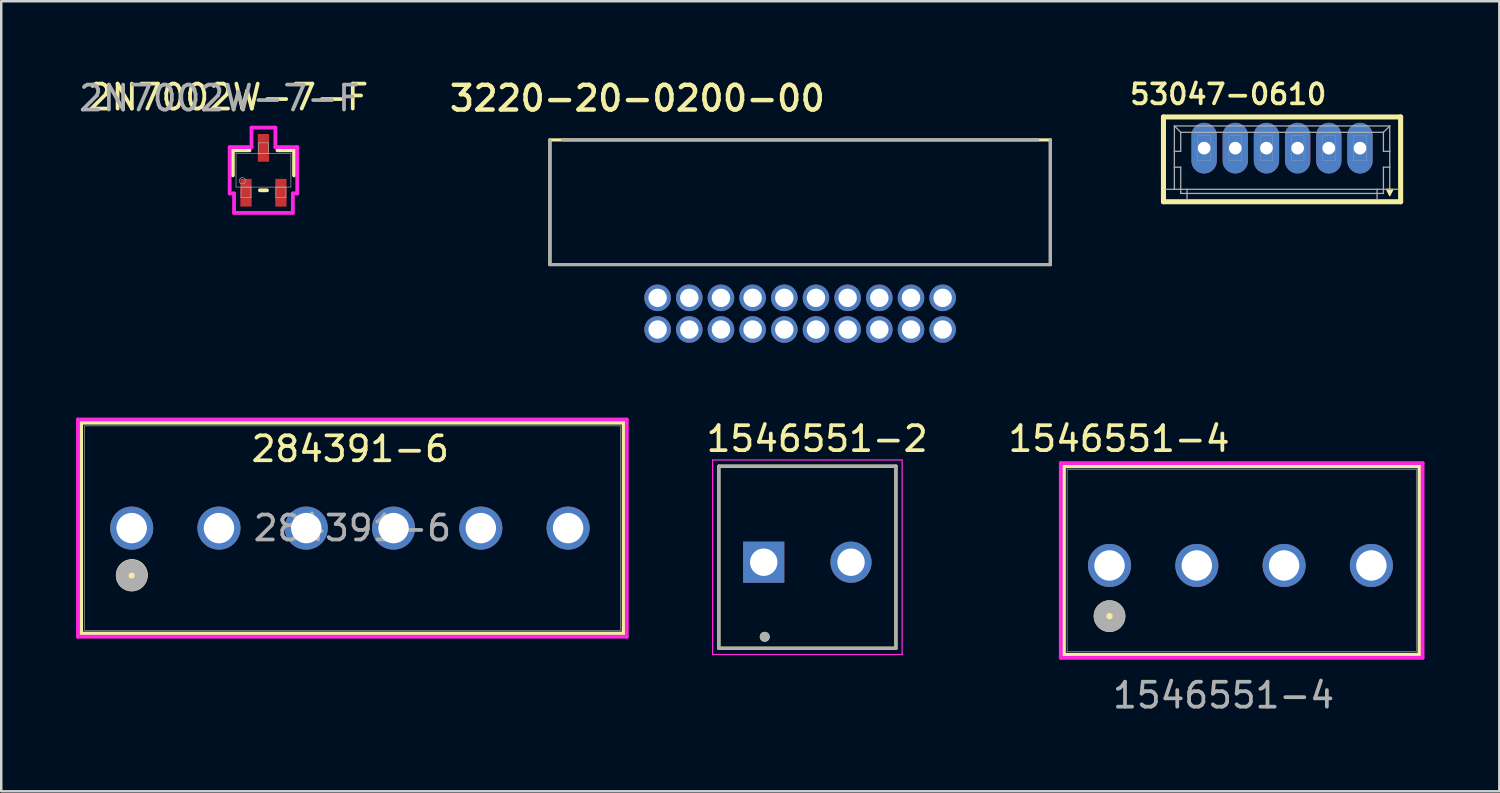
<source format=kicad_pcb>
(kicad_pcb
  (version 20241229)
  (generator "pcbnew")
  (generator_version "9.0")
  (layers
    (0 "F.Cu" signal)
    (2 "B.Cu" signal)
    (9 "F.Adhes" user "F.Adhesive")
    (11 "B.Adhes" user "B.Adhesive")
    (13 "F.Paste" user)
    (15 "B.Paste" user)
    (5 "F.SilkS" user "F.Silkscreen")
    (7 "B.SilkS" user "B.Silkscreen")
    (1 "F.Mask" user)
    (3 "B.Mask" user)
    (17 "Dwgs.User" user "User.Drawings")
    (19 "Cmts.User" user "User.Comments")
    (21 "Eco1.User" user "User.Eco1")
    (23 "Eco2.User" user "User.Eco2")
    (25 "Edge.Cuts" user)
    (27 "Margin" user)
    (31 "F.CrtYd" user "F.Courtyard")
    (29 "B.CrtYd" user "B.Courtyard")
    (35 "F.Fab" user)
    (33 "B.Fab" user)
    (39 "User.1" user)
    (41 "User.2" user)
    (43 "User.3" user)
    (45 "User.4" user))
  (footprint "284391-6"
    (layer "F.Cu")
    (at 2.23 18.126)
    (property "Reference" "284391-6" (at 8.763 -3.175 0) (unlocked yes) (layer "F.SilkS") (effects (font (size 1 1) (thickness 0.15))))
    (attr through_hole)
    (fp_line (start -2.027 -4.227) (end -2.027 4.227) (stroke (width 0.152) (type solid)) (layer "F.SilkS"))
    (fp_line (start -2.027 4.227) (end 19.727 4.227) (stroke (width 0.152) (type solid)) (layer "F.SilkS"))
    (fp_line (start 19.727 -4.227) (end -2.027 -4.227) (stroke (width 0.152) (type solid)) (layer "F.SilkS"))
    (fp_line (start 19.727 4.227) (end 19.727 -4.227) (stroke (width 0.152) (type solid)) (layer "F.SilkS"))
    (fp_circle (center 0.01 1.88) (end 0.391 1.88) (stroke (width 0.508) (type solid)) (fill yes) (layer "F.SilkS"))
    (fp_circle (center 0 1.9) (end 0.381 1.9) (stroke (width 0.508) (type solid)) (fill no) (layer "B.SilkS"))
    (fp_line (start -2.154 -4.354) (end -2.154 4.354) (stroke (width 0.152) (type solid)) (layer "F.CrtYd"))
    (fp_line (start -2.154 4.354) (end 19.854 4.354) (stroke (width 0.152) (type solid)) (layer "F.CrtYd"))
    (fp_line (start 19.854 -4.354) (end -2.154 -4.354) (stroke (width 0.152) (type solid)) (layer "F.CrtYd"))
    (fp_line (start 19.854 4.354) (end 19.854 -4.354) (stroke (width 0.152) (type solid)) (layer "F.CrtYd"))
    (fp_line (start -1.9 -4.1) (end -1.9 4.1) (stroke (width 0.025) (type solid)) (layer "F.Fab"))
    (fp_line (start -1.9 4.1) (end 19.6 4.1) (stroke (width 0.025) (type solid)) (layer "F.Fab"))
    (fp_line (start 19.6 -4.1) (end -1.9 -4.1) (stroke (width 0.025) (type solid)) (layer "F.Fab"))
    (fp_line (start 19.6 4.1) (end 19.6 -4.1) (stroke (width 0.025) (type solid)) (layer "F.Fab"))
    (fp_circle (center 0 1.905) (end 0.381 1.905) (stroke (width 0.508) (type solid)) (fill no) (layer "F.Fab"))
    (fp_text user "${REFERENCE}" (at 8.85 0 0) (unlocked yes) (layer "F.Fab") (effects (font (size 1 1) (thickness 0.15))))
    (pad "1" thru_hole circle (at 0 0) (size 1.727 1.727) (drill 1.219) (layers "*.Cu" "*.Mask"))
    (pad "2" thru_hole circle (at 3.5 0) (size 1.727 1.727) (drill 1.219) (layers "*.Cu" "*.Mask"))
    (pad "3" thru_hole circle (at 7 0) (size 1.727 1.727) (drill 1.219) (layers "*.Cu" "*.Mask"))
    (pad "4" thru_hole circle (at 10.5 0) (size 1.727 1.727) (drill 1.219) (layers "*.Cu" "*.Mask"))
    (pad "5" thru_hole circle (at 14 0) (size 1.727 1.727) (drill 1.219) (layers "*.Cu" "*.Mask"))
    (pad "6" thru_hole circle (at 17.5 0) (size 1.727 1.727) (drill 1.219) (layers "*.Cu" "*.Mask")))
  (footprint "3220-20-0200-00"
    (layer "F.Cu")
    (at 29.034 8.893)
    (property "Reference" "3220-20-0200-00" (at -6.528 -8.001 0) (layer "F.SilkS") (effects (font (size 0.991 0.991) (thickness 0.178))))
    (attr through_hole)
    (fp_line (start -10.033 -6.334) (end 10.033 -6.334) (stroke (width 0.127) (type solid)) (layer "F.SilkS"))
    (fp_line (start -10.033 -1.334) (end -10.033 -6.334) (stroke (width 0.127) (type solid)) (layer "F.SilkS"))
    (fp_line (start 10.033 -6.334) (end 10.033 -1.334) (stroke (width 0.127) (type solid)) (layer "F.SilkS"))
    (fp_line (start 10.033 -1.334) (end -10.033 -1.334) (stroke (width 0.127) (type solid)) (layer "F.SilkS"))
    (fp_line (start -10.033 -1.334) (end -10.033 -6.334) (stroke (width 0.127) (type solid)) (layer "F.Fab"))
    (fp_line (start -9.525 -6.334) (end 9.525 -6.334) (stroke (width 0.127) (type solid)) (layer "F.Fab"))
    (fp_line (start 10.033 -6.334) (end 10.033 -1.334) (stroke (width 0.127) (type solid)) (layer "F.Fab"))
    (fp_line (start 10.033 -1.334) (end -10.033 -1.334) (stroke (width 0.127) (type solid)) (layer "F.Fab"))
    (pad "1" thru_hole circle (at -5.715 1.27) (size 1.067 1.067) (drill 0.737) (layers "*.Cu" "*.Mask"))
    (pad "2" thru_hole circle (at -5.715 0) (size 1.067 1.067) (drill 0.737) (layers "*.Cu" "*.Mask"))
    (pad "3" thru_hole circle (at -4.445 1.27) (size 1.067 1.067) (drill 0.737) (layers "*.Cu" "*.Mask"))
    (pad "4" thru_hole circle (at -4.445 0) (size 1.067 1.067) (drill 0.737) (layers "*.Cu" "*.Mask"))
    (pad "5" thru_hole circle (at -3.175 1.27) (size 1.067 1.067) (drill 0.737) (layers "*.Cu" "*.Mask"))
    (pad "6" thru_hole circle (at -3.175 0) (size 1.067 1.067) (drill 0.737) (layers "*.Cu" "*.Mask"))
    (pad "7" thru_hole circle (at -1.905 1.27) (size 1.067 1.067) (drill 0.737) (layers "*.Cu" "*.Mask"))
    (pad "8" thru_hole circle (at -1.905 0) (size 1.067 1.067) (drill 0.737) (layers "*.Cu" "*.Mask"))
    (pad "9" thru_hole circle (at -0.635 1.27) (size 1.067 1.067) (drill 0.737) (layers "*.Cu" "*.Mask"))
    (pad "10" thru_hole circle (at -0.635 0) (size 1.067 1.067) (drill 0.737) (layers "*.Cu" "*.Mask"))
    (pad "11" thru_hole circle (at 0.635 1.27) (size 1.067 1.067) (drill 0.737) (layers "*.Cu" "*.Mask"))
    (pad "12" thru_hole circle (at 0.635 0) (size 1.067 1.067) (drill 0.737) (layers "*.Cu" "*.Mask"))
    (pad "13" thru_hole circle (at 1.905 1.27) (size 1.067 1.067) (drill 0.737) (layers "*.Cu" "*.Mask"))
    (pad "14" thru_hole circle (at 1.905 0) (size 1.067 1.067) (drill 0.737) (layers "*.Cu" "*.Mask"))
    (pad "15" thru_hole circle (at 3.175 1.27) (size 1.067 1.067) (drill 0.737) (layers "*.Cu" "*.Mask"))
    (pad "16" thru_hole circle (at 3.175 0) (size 1.067 1.067) (drill 0.737) (layers "*.Cu" "*.Mask"))
    (pad "17" thru_hole circle (at 4.445 1.27) (size 1.067 1.067) (drill 0.737) (layers "*.Cu" "*.Mask"))
    (pad "18" thru_hole circle (at 4.445 0) (size 1.067 1.067) (drill 0.737) (layers "*.Cu" "*.Mask"))
    (pad "19" thru_hole circle (at 5.715 1.27) (size 1.067 1.067) (drill 0.737) (layers "*.Cu" "*.Mask"))
    (pad "20" thru_hole circle (at 5.715 0) (size 1.067 1.067) (drill 0.737) (layers "*.Cu" "*.Mask")))
  (footprint "1546551-2"
    (layer "F.Cu")
    (at 29.324 19.494)
    (property "Reference" "1546551-2" (at 0.39 -4.95 0) (layer "F.SilkS") (effects (font (size 1 1) (thickness 0.15))))
    (attr through_hole)
    (fp_line (start -3.55 -3.85) (end 3.55 -3.85) (stroke (width 0.127) (type solid)) (layer "F.SilkS"))
    (fp_line (start -3.55 3.45) (end -3.55 -3.85) (stroke (width 0.127) (type solid)) (layer "F.SilkS"))
    (fp_line (start 3.55 -3.85) (end 3.55 3.45) (stroke (width 0.127) (type solid)) (layer "F.SilkS"))
    (fp_line (start 3.55 3.45) (end -3.55 3.45) (stroke (width 0.127) (type solid)) (layer "F.SilkS"))
    (fp_circle (center -1.71 2.99) (end -1.61 2.99) (stroke (width 0.2) (type solid)) (fill no) (layer "F.SilkS"))
    (fp_line (start -3.8 -4.1) (end 3.8 -4.1) (stroke (width 0.05) (type solid)) (layer "F.CrtYd"))
    (fp_line (start -3.8 3.7) (end -3.8 -4.1) (stroke (width 0.05) (type solid)) (layer "F.CrtYd"))
    (fp_line (start 3.8 -4.1) (end 3.8 3.7) (stroke (width 0.05) (type solid)) (layer "F.CrtYd"))
    (fp_line (start 3.8 3.7) (end -3.8 3.7) (stroke (width 0.05) (type solid)) (layer "F.CrtYd"))
    (fp_line (start -3.55 -3.85) (end 3.55 -3.85) (stroke (width 0.127) (type solid)) (layer "F.Fab"))
    (fp_line (start -3.55 3.45) (end -3.55 -3.85) (stroke (width 0.127) (type solid)) (layer "F.Fab"))
    (fp_line (start 3.55 -3.85) (end 3.55 3.45) (stroke (width 0.127) (type solid)) (layer "F.Fab"))
    (fp_line (start 3.55 3.45) (end -3.55 3.45) (stroke (width 0.127) (type solid)) (layer "F.Fab"))
    (fp_circle (center -1.71 2.99) (end -1.61 2.99) (stroke (width 0.2) (type solid)) (fill no) (layer "F.Fab"))
    (pad "1" thru_hole rect (at -1.75 0) (size 1.65 1.65) (drill 1.1) (layers "*.Cu" "*.Mask"))
    (pad "2" thru_hole circle (at 1.75 0) (size 1.65 1.65) (drill 1.1) (layers "*.Cu" "*.Mask")))
  (footprint "53047-0610"
    (layer "F.Cu")
    (at 48.358 2.89)
    (property "Reference" "53047-0610" (at -2.159 -2.159 0) (layer "F.SilkS") (effects (font (size 0.8 0.8) (thickness 0.15))))
    (attr through_hole)
    (fp_line (start -4.755 -1.25) (end 4.755 -1.25) (stroke (width 0.203) (type solid)) (layer "F.SilkS"))
    (fp_line (start -4.755 2.15) (end -4.755 -1.25) (stroke (width 0.203) (type solid)) (layer "F.SilkS"))
    (fp_line (start 4.755 -1.25) (end 4.755 2.15) (stroke (width 0.203) (type solid)) (layer "F.SilkS"))
    (fp_line (start 4.755 2.15) (end -4.755 2.15) (stroke (width 0.203) (type solid)) (layer "F.SilkS"))
    (fp_poly (pts (xy 4.191 1.651) (xy 4.445 1.651) (xy 4.318 1.905)) (stroke (width 0.051) (type solid)) (fill yes) (layer "F.SilkS"))
    (fp_line (start -4.318 -0.889) (end 4.318 -0.889) (stroke (width 0.051) (type solid)) (layer "F.Fab"))
    (fp_line (start -4.318 0.127) (end -4.318 -0.889) (stroke (width 0.051) (type solid)) (layer "F.Fab"))
    (fp_line (start -4.318 0.127) (end -4.064 0.127) (stroke (width 0.051) (type solid)) (layer "F.Fab"))
    (fp_line (start -4.318 0.762) (end -4.318 0.127) (stroke (width 0.051) (type solid)) (layer "F.Fab"))
    (fp_line (start -4.318 0.762) (end -4.064 0.762) (stroke (width 0.051) (type solid)) (layer "F.Fab"))
    (fp_line (start -4.318 1.651) (end -4.672 1.651) (stroke (width 0.051) (type solid)) (layer "F.Fab"))
    (fp_line (start -4.318 1.651) (end -4.318 0.762) (stroke (width 0.051) (type solid)) (layer "F.Fab"))
    (fp_line (start -4.064 -0.635) (end -4.318 -0.889) (stroke (width 0.051) (type solid)) (layer "F.Fab"))
    (fp_line (start -4.064 -0.635) (end 4.064 -0.635) (stroke (width 0.051) (type solid)) (layer "F.Fab"))
    (fp_line (start -4.064 0.127) (end -4.064 -0.635) (stroke (width 0.051) (type solid)) (layer "F.Fab"))
    (fp_line (start -4.064 0.762) (end -4.064 1.651) (stroke (width 0.051) (type solid)) (layer "F.Fab"))
    (fp_line (start -4.064 1.651) (end -4.318 1.651) (stroke (width 0.051) (type solid)) (layer "F.Fab"))
    (fp_line (start -4.064 1.816) (end -4.064 1.651) (stroke (width 0.051) (type solid)) (layer "F.Fab"))
    (fp_line (start -3.81 1.651) (end -4.064 1.651) (stroke (width 0.051) (type solid)) (layer "F.Fab"))
    (fp_line (start -3.81 1.651) (end -3.81 2.032) (stroke (width 0.051) (type solid)) (layer "F.Fab"))
    (fp_line (start 3.81 1.651) (end -3.81 1.651) (stroke (width 0.051) (type solid)) (layer "F.Fab"))
    (fp_line (start 3.81 1.651) (end 3.81 2.032) (stroke (width 0.051) (type solid)) (layer "F.Fab"))
    (fp_line (start 4.064 -0.635) (end 4.064 0.127) (stroke (width 0.051) (type solid)) (layer "F.Fab"))
    (fp_line (start 4.064 -0.635) (end 4.318 -0.889) (stroke (width 0.051) (type solid)) (layer "F.Fab"))
    (fp_line (start 4.064 0.127) (end 4.318 0.127) (stroke (width 0.051) (type solid)) (layer "F.Fab"))
    (fp_line (start 4.064 0.762) (end 4.318 0.762) (stroke (width 0.051) (type solid)) (layer "F.Fab"))
    (fp_line (start 4.064 1.651) (end 3.81 1.651) (stroke (width 0.051) (type solid)) (layer "F.Fab"))
    (fp_line (start 4.064 1.651) (end 4.064 0.762) (stroke (width 0.051) (type solid)) (layer "F.Fab"))
    (fp_line (start 4.064 1.651) (end 4.064 1.816) (stroke (width 0.051) (type solid)) (layer "F.Fab"))
    (fp_line (start 4.064 1.816) (end -4.064 1.816) (stroke (width 0.051) (type solid)) (layer "F.Fab"))
    (fp_line (start 4.318 -0.889) (end 4.318 0.127) (stroke (width 0.051) (type solid)) (layer "F.Fab"))
    (fp_line (start 4.318 0.127) (end 4.318 0.762) (stroke (width 0.051) (type solid)) (layer "F.Fab"))
    (fp_line (start 4.318 0.762) (end 4.318 1.651) (stroke (width 0.051) (type solid)) (layer "F.Fab"))
    (fp_line (start 4.318 1.651) (end 4.064 1.651) (stroke (width 0.051) (type solid)) (layer "F.Fab"))
    (fp_line (start 4.672 1.651) (end 4.318 1.651) (stroke (width 0.051) (type solid)) (layer "F.Fab"))
    (fp_poly (pts (xy -3.379 -0.508) (xy -2.871 -0.508) (xy -2.871 0.508) (xy -3.379 0.508)) (stroke (width 0.01) (type solid)) (fill no) (layer "F.Fab"))
    (fp_poly (pts (xy -2.129 -0.508) (xy -1.621 -0.508) (xy -1.621 0.508) (xy -2.129 0.508)) (stroke (width 0.01) (type solid)) (fill no) (layer "F.Fab"))
    (fp_poly (pts (xy -0.879 -0.508) (xy -0.371 -0.508) (xy -0.371 0.508) (xy -0.879 0.508)) (stroke (width 0.01) (type solid)) (fill no) (layer "F.Fab"))
    (fp_poly (pts (xy 0.371 -0.508) (xy 0.879 -0.508) (xy 0.879 0.508) (xy 0.371 0.508)) (stroke (width 0.01) (type solid)) (fill no) (layer "F.Fab"))
    (fp_poly (pts (xy 1.621 -0.508) (xy 2.129 -0.508) (xy 2.129 0.508) (xy 1.621 0.508)) (stroke (width 0.01) (type solid)) (fill no) (layer "F.Fab"))
    (fp_poly (pts (xy 2.871 -0.508) (xy 3.379 -0.508) (xy 3.379 0.508) (xy 2.871 0.508)) (stroke (width 0.01) (type solid)) (fill no) (layer "F.Fab"))
    (pad "1" thru_hole oval (at 3.125 0) (size 1.016 2.032) (drill 0.508) (layers "*.Cu" "*.Mask"))
    (pad "2" thru_hole oval (at 1.875 0) (size 1.016 2.032) (drill 0.508) (layers "*.Cu" "*.Mask"))
    (pad "3" thru_hole oval (at 0.625 0) (size 1.016 2.032) (drill 0.508) (layers "*.Cu" "*.Mask"))
    (pad "4" thru_hole oval (at -0.625 0) (size 1.016 2.032) (drill 0.508) (layers "*.Cu" "*.Mask"))
    (pad "5" thru_hole oval (at -1.875 0) (size 1.016 2.032) (drill 0.508) (layers "*.Cu" "*.Mask"))
    (pad "6" thru_hole oval (at -3.125 0) (size 1.016 2.032) (drill 0.508) (layers "*.Cu" "*.Mask")))
  (footprint "1546551-4"
    (layer "F.Cu")
    (at 41.44 19.624)
    (property "Reference" "1546551-4" (at 0.381 -5.08 0) (unlocked yes) (layer "F.SilkS") (effects (font (size 1 1) (thickness 0.15))))
    (attr through_hole)
    (fp_line (start -1.827 -3.977) (end -1.827 3.577) (stroke (width 0.152) (type solid)) (layer "F.SilkS"))
    (fp_line (start -1.827 3.577) (end 12.427 3.577) (stroke (width 0.152) (type solid)) (layer "F.SilkS"))
    (fp_line (start 12.427 -3.977) (end -1.827 -3.977) (stroke (width 0.152) (type solid)) (layer "F.SilkS"))
    (fp_line (start 12.427 3.577) (end 12.427 -3.977) (stroke (width 0.152) (type solid)) (layer "F.SilkS"))
    (fp_circle (center 0 2.032) (end 0.381 2.032) (stroke (width 0.508) (type solid)) (fill yes) (layer "F.SilkS"))
    (fp_line (start -1.954 -4.104) (end -1.954 3.704) (stroke (width 0.152) (type solid)) (layer "F.CrtYd"))
    (fp_line (start -1.954 3.704) (end 12.554 3.704) (stroke (width 0.152) (type solid)) (layer "F.CrtYd"))
    (fp_line (start 12.554 -4.104) (end -1.954 -4.104) (stroke (width 0.152) (type solid)) (layer "F.CrtYd"))
    (fp_line (start 12.554 3.704) (end 12.554 -4.104) (stroke (width 0.152) (type solid)) (layer "F.CrtYd"))
    (fp_line (start -1.7 -3.85) (end -1.7 3.45) (stroke (width 0.025) (type solid)) (layer "F.Fab"))
    (fp_line (start -1.7 3.45) (end 12.3 3.45) (stroke (width 0.025) (type solid)) (layer "F.Fab"))
    (fp_line (start 12.3 -3.85) (end -1.7 -3.85) (stroke (width 0.025) (type solid)) (layer "F.Fab"))
    (fp_line (start 12.3 3.45) (end 12.3 -3.85) (stroke (width 0.025) (type solid)) (layer "F.Fab"))
    (fp_circle (center 0 2.032) (end 0.381 2.032) (stroke (width 0.508) (type solid)) (fill no) (layer "F.Fab"))
    (fp_text user "${REFERENCE}" (at 4.572 5.207 0) (unlocked yes) (layer "F.Fab") (effects (font (size 1 1) (thickness 0.15))))
    (pad "1" thru_hole circle (at 0 0) (size 1.727 1.727) (drill 1.219) (layers "*.Cu" "*.Mask"))
    (pad "2" thru_hole circle (at 3.5 0) (size 1.727 1.727) (drill 1.219) (layers "*.Cu" "*.Mask"))
    (pad "3" thru_hole circle (at 7 0) (size 1.727 1.727) (drill 1.219) (layers "*.Cu" "*.Mask"))
    (pad "4" thru_hole circle (at 10.5 0) (size 1.727 1.727) (drill 1.219) (layers "*.Cu" "*.Mask")))
  (footprint "2N7002W-7-F"
    (layer "F.Cu")
    (at 7.514 3.778)
    (property "Reference" "2N7002W-7-F" (at -1.42 -2.93 0) (unlocked yes) (layer "F.SilkS") (effects (font (size 1 1) (thickness 0.15))))
    (attr smd)
    (fp_line (start -1.227 -0.802) (end -1.227 0.204) (stroke (width 0.152) (type solid)) (layer "F.SilkS"))
    (fp_line (start -0.558 -0.802) (end -1.227 -0.802) (stroke (width 0.152) (type solid)) (layer "F.SilkS"))
    (fp_line (start -0.142 0.802) (end 0.142 0.802) (stroke (width 0.152) (type solid)) (layer "F.SilkS"))
    (fp_line (start 1.227 -0.802) (end 0.558 -0.802) (stroke (width 0.152) (type solid)) (layer "F.SilkS"))
    (fp_line (start 1.227 0.204) (end 1.227 -0.802) (stroke (width 0.152) (type solid)) (layer "F.SilkS"))
    (fp_line (start -1.354 -0.929) (end -0.479 -0.929) (stroke (width 0.152) (type solid)) (layer "F.CrtYd"))
    (fp_line (start -1.354 0.929) (end -1.354 -0.929) (stroke (width 0.152) (type solid)) (layer "F.CrtYd"))
    (fp_line (start -1.354 0.929) (end -1.179 0.929) (stroke (width 0.152) (type solid)) (layer "F.CrtYd"))
    (fp_line (start -1.179 0.929) (end -1.179 1.71) (stroke (width 0.152) (type solid)) (layer "F.CrtYd"))
    (fp_line (start -1.179 1.71) (end 1.179 1.71) (stroke (width 0.152) (type solid)) (layer "F.CrtYd"))
    (fp_line (start -0.479 -1.71) (end 0.479 -1.71) (stroke (width 0.152) (type solid)) (layer "F.CrtYd"))
    (fp_line (start -0.479 -0.929) (end -0.479 -1.71) (stroke (width 0.152) (type solid)) (layer "F.CrtYd"))
    (fp_line (start 0.479 -0.929) (end 0.479 -1.71) (stroke (width 0.152) (type solid)) (layer "F.CrtYd"))
    (fp_line (start 1.179 0.929) (end 1.179 1.71) (stroke (width 0.152) (type solid)) (layer "F.CrtYd"))
    (fp_line (start 1.354 -0.929) (end 0.479 -0.929) (stroke (width 0.152) (type solid)) (layer "F.CrtYd"))
    (fp_line (start 1.354 -0.929) (end 1.354 0.929) (stroke (width 0.152) (type solid)) (layer "F.CrtYd"))
    (fp_line (start 1.354 0.929) (end 1.179 0.929) (stroke (width 0.152) (type solid)) (layer "F.CrtYd"))
    (fp_line (start -1.1 -0.675) (end -1.1 0.675) (stroke (width 0.025) (type solid)) (layer "F.Fab"))
    (fp_line (start -1.1 0.675) (end 1.1 0.675) (stroke (width 0.025) (type solid)) (layer "F.Fab"))
    (fp_line (start -0.9 0.675) (end -0.9 1.1) (stroke (width 0.025) (type solid)) (layer "F.Fab"))
    (fp_line (start -0.9 1.1) (end -0.5 1.1) (stroke (width 0.025) (type solid)) (layer "F.Fab"))
    (fp_line (start -0.5 0.675) (end -0.9 0.675) (stroke (width 0.025) (type solid)) (layer "F.Fab"))
    (fp_line (start -0.5 1.1) (end -0.5 0.675) (stroke (width 0.025) (type solid)) (layer "F.Fab"))
    (fp_line (start -0.2 -1.1) (end -0.2 -0.675) (stroke (width 0.025) (type solid)) (layer "F.Fab"))
    (fp_line (start -0.2 -0.675) (end 0.2 -0.675) (stroke (width 0.025) (type solid)) (layer "F.Fab"))
    (fp_line (start 0.2 -1.1) (end -0.2 -1.1) (stroke (width 0.025) (type solid)) (layer "F.Fab"))
    (fp_line (start 0.2 -0.675) (end 0.2 -1.1) (stroke (width 0.025) (type solid)) (layer "F.Fab"))
    (fp_line (start 0.5 0.675) (end 0.5 1.1) (stroke (width 0.025) (type solid)) (layer "F.Fab"))
    (fp_line (start 0.5 1.1) (end 0.9 1.1) (stroke (width 0.025) (type solid)) (layer "F.Fab"))
    (fp_line (start 0.9 0.675) (end 0.5 0.675) (stroke (width 0.025) (type solid)) (layer "F.Fab"))
    (fp_line (start 0.9 1.1) (end 0.9 0.675) (stroke (width 0.025) (type solid)) (layer "F.Fab"))
    (fp_line (start 1.1 -0.675) (end -1.1 -0.675) (stroke (width 0.025) (type solid)) (layer "F.Fab"))
    (fp_line (start 1.1 0.675) (end 1.1 -0.675) (stroke (width 0.025) (type solid)) (layer "F.Fab"))
    (fp_circle (center -0.846 0.421) (end -0.719 0.421) (stroke (width 0.025) (type solid)) (fill no) (layer "F.Fab"))
    (fp_text user "${REFERENCE}" (at -1.77 -2.89 0) (unlocked yes) (layer "F.Fab") (effects (font (size 1 1) (thickness 0.15))))
    (pad "1" smd rect (at -0.7 0.9) (size 0.451 1.111) (layers "F.Cu" "F.Mask" "F.Paste"))
    (pad "2" smd rect (at 0.7 0.9) (size 0.451 1.111) (layers "F.Cu" "F.Mask" "F.Paste"))
    (pad "3" smd rect (at 0 -0.9) (size 0.451 1.111) (layers "F.Cu" "F.Mask" "F.Paste")))
  (gr_rect
    (start -3 -3)
    (end 57.07 28.679)
    (stroke (width 0.1) (type default))
    (fill no)
    (layer "Edge.Cuts")))
</source>
